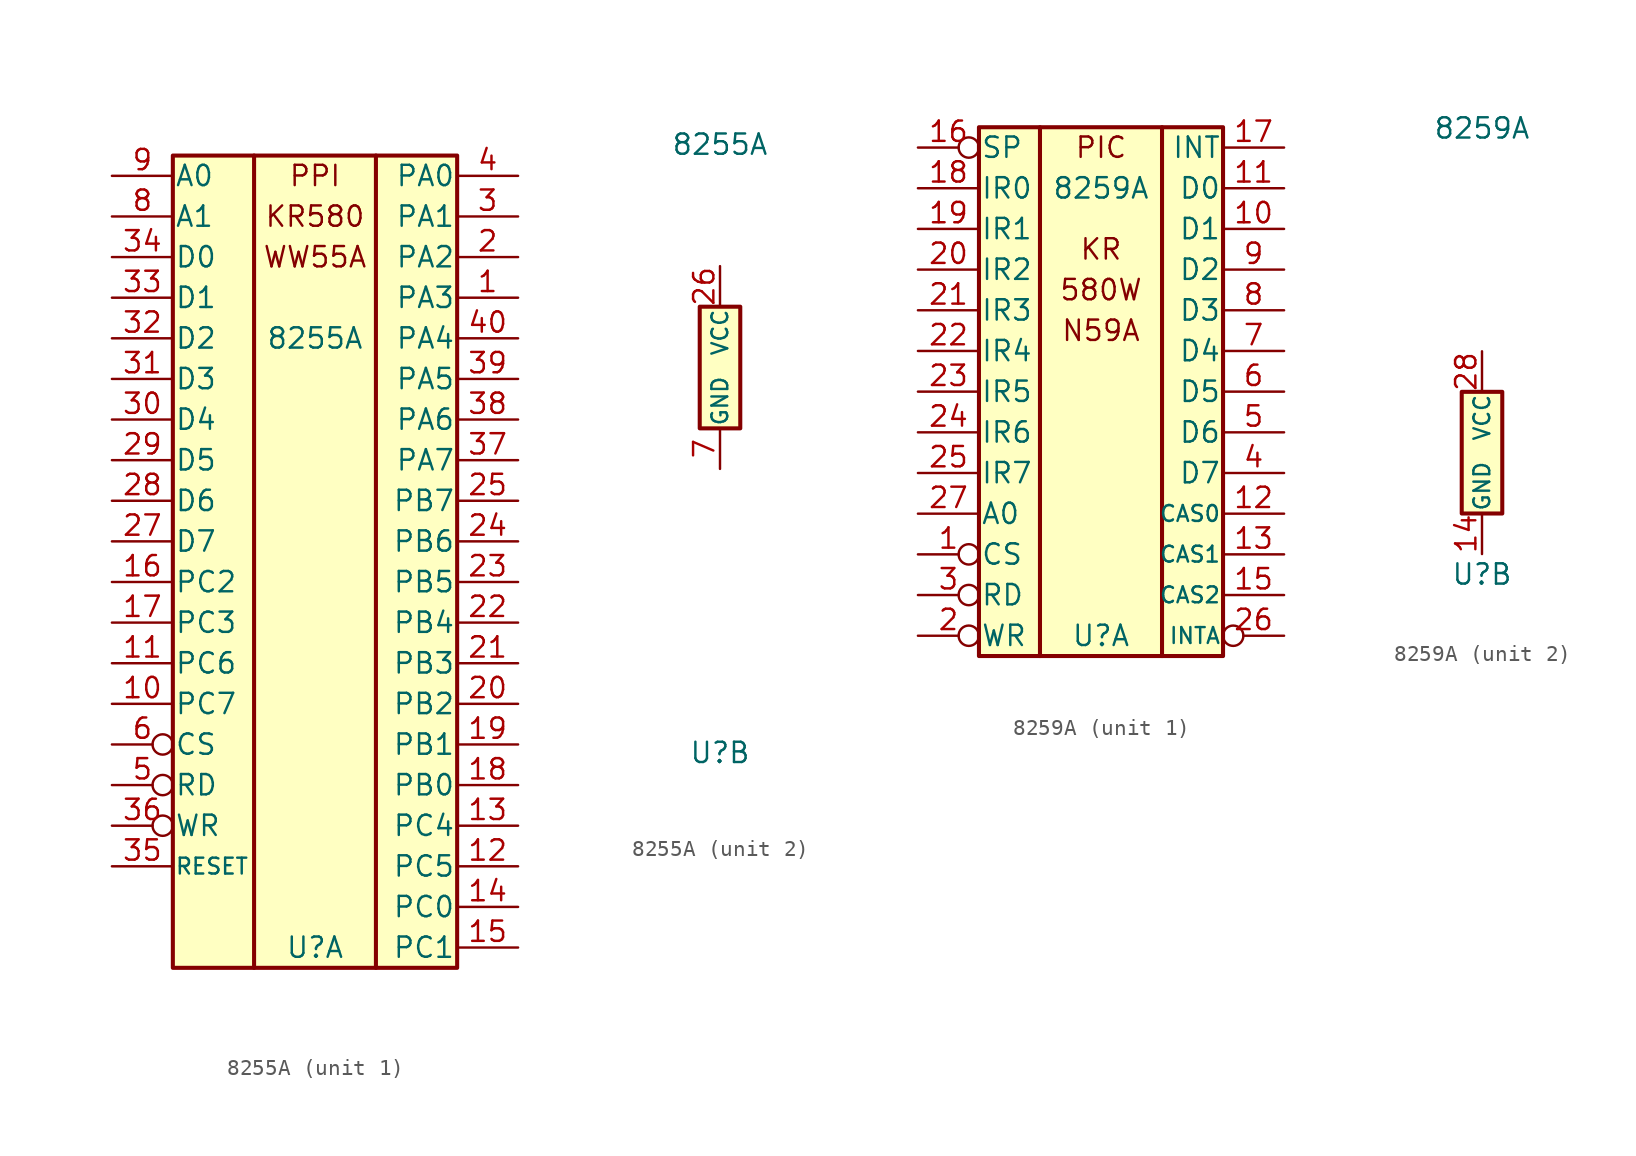
<source format=kicad_sym>
(kicad_symbol_lib
  (version 20241209)
  (generator "kicad_symbol_editor")
  (generator_version "9.0")
  (symbol "8255A"
    (pin_names
      (offset 0.102))
    (property "Reference" "U"
      (at 0 -24.13 0)
      (effects (font (size 1.27 1.27))))
    (property "Value" "8255A"
      (at 0 13.97 0)
      (effects (font (size 1.27 1.27))))
    (property "ki_locked" ""
      (at 0 0 0)
      (effects (font (size 1.27 1.27))))
    (symbol "8255A_1_0"
      (rectangle (start -3.81 25.4) (end -3.81 -25.4) (stroke (width 0.254) (type default)) (fill (type none)))
      (rectangle (start 3.81 25.4) (end 3.81 -25.4) (stroke (width 0.254) (type default)) (fill (type none)))
      (text "PPI" (at 0 24.13 0) (effects (font (size 1.27 1.27))))
      (text "KR580" (at 0 21.59 0) (effects (font (size 1.27 1.27))))
      (text "WW55A" (at 0 19.05 0) (effects (font (size 1.27 1.27)))))
    (symbol "8255A_1_1"
      (rectangle (start -8.89 -25.4) (end 8.89 25.4) (stroke (width 0.254) (type default)) (fill (type background)))
      (pin input line (at -12.7 24.13 0) (length 3.81) (name "A0" (effects (font (size 1.27 1.27)))) (number "9" (effects (font (size 1.27 1.27)))))
      (pin input line (at -12.7 21.59 0) (length 3.81) (name "A1" (effects (font (size 1.27 1.27)))) (number "8" (effects (font (size 1.27 1.27)))))
      (pin bidirectional line (at -12.7 19.05 0) (length 3.81) (name "D0" (effects (font (size 1.27 1.27)))) (number "34" (effects (font (size 1.27 1.27)))))
      (pin bidirectional line (at -12.7 16.51 0) (length 3.81) (name "D1" (effects (font (size 1.27 1.27)))) (number "33" (effects (font (size 1.27 1.27)))))
      (pin bidirectional line (at -12.7 13.97 0) (length 3.81) (name "D2" (effects (font (size 1.27 1.27)))) (number "32" (effects (font (size 1.27 1.27)))))
      (pin bidirectional line (at -12.7 11.43 0) (length 3.81) (name "D3" (effects (font (size 1.27 1.27)))) (number "31" (effects (font (size 1.27 1.27)))))
      (pin bidirectional line (at -12.7 8.89 0) (length 3.81) (name "D4" (effects (font (size 1.27 1.27)))) (number "30" (effects (font (size 1.27 1.27)))))
      (pin bidirectional line (at -12.7 6.35 0) (length 3.81) (name "D5" (effects (font (size 1.27 1.27)))) (number "29" (effects (font (size 1.27 1.27)))))
      (pin bidirectional line (at -12.7 3.81 0) (length 3.81) (name "D6" (effects (font (size 1.27 1.27)))) (number "28" (effects (font (size 1.27 1.27)))))
      (pin bidirectional line (at -12.7 1.27 0) (length 3.81) (name "D7" (effects (font (size 1.27 1.27)))) (number "27" (effects (font (size 1.27 1.27)))))
      (pin bidirectional line (at -12.7 -1.27 0) (length 3.81) (name "PC2" (effects (font (size 1.27 1.27)))) (number "16" (effects (font (size 1.27 1.27)))))
      (pin bidirectional line (at -12.7 -3.81 0) (length 3.81) (name "PC3" (effects (font (size 1.27 1.27)))) (number "17" (effects (font (size 1.27 1.27)))))
      (pin bidirectional line (at -12.7 -6.35 0) (length 3.81) (name "PC6" (effects (font (size 1.27 1.27)))) (number "11" (effects (font (size 1.27 1.27)))))
      (pin bidirectional line (at -12.7 -8.89 0) (length 3.81) (name "PC7" (effects (font (size 1.27 1.27)))) (number "10" (effects (font (size 1.27 1.27)))))
      (pin input inverted (at -12.7 -11.43 0) (length 3.81) (name "CS" (effects (font (size 1.27 1.27)))) (number "6" (effects (font (size 1.27 1.27)))))
      (pin input inverted (at -12.7 -13.97 0) (length 3.81) (name "RD" (effects (font (size 1.27 1.27)))) (number "5" (effects (font (size 1.27 1.27)))))
      (pin input inverted (at -12.7 -16.51 0) (length 3.81) (name "WR" (effects (font (size 1.27 1.27)))) (number "36" (effects (font (size 1.27 1.27)))))
      (pin input line (at -12.7 -19.05 0) (length 3.81) (name "RESET" (effects (font (size 0.991 0.991)))) (number "35" (effects (font (size 1.27 1.27)))))
      (pin bidirectional line (at 12.7 24.13 180) (length 3.81) (name "PA0" (effects (font (size 1.27 1.27)))) (number "4" (effects (font (size 1.27 1.27)))))
      (pin bidirectional line (at 12.7 21.59 180) (length 3.81) (name "PA1" (effects (font (size 1.27 1.27)))) (number "3" (effects (font (size 1.27 1.27)))))
      (pin bidirectional line (at 12.7 19.05 180) (length 3.81) (name "PA2" (effects (font (size 1.27 1.27)))) (number "2" (effects (font (size 1.27 1.27)))))
      (pin bidirectional line (at 12.7 16.51 180) (length 3.81) (name "PA3" (effects (font (size 1.27 1.27)))) (number "1" (effects (font (size 1.27 1.27)))))
      (pin bidirectional line (at 12.7 13.97 180) (length 3.81) (name "PA4" (effects (font (size 1.27 1.27)))) (number "40" (effects (font (size 1.27 1.27)))))
      (pin bidirectional line (at 12.7 11.43 180) (length 3.81) (name "PA5" (effects (font (size 1.27 1.27)))) (number "39" (effects (font (size 1.27 1.27)))))
      (pin bidirectional line (at 12.7 8.89 180) (length 3.81) (name "PA6" (effects (font (size 1.27 1.27)))) (number "38" (effects (font (size 1.27 1.27)))))
      (pin bidirectional line (at 12.7 6.35 180) (length 3.81) (name "PA7" (effects (font (size 1.27 1.27)))) (number "37" (effects (font (size 1.27 1.27)))))
      (pin bidirectional line (at 12.7 3.81 180) (length 3.81) (name "PB7" (effects (font (size 1.27 1.27)))) (number "25" (effects (font (size 1.27 1.27)))))
      (pin bidirectional line (at 12.7 1.27 180) (length 3.81) (name "PB6" (effects (font (size 1.27 1.27)))) (number "24" (effects (font (size 1.27 1.27)))))
      (pin bidirectional line (at 12.7 -1.27 180) (length 3.81) (name "PB5" (effects (font (size 1.27 1.27)))) (number "23" (effects (font (size 1.27 1.27)))))
      (pin bidirectional line (at 12.7 -3.81 180) (length 3.81) (name "PB4" (effects (font (size 1.27 1.27)))) (number "22" (effects (font (size 1.27 1.27)))))
      (pin bidirectional line (at 12.7 -6.35 180) (length 3.81) (name "PB3" (effects (font (size 1.27 1.27)))) (number "21" (effects (font (size 1.27 1.27)))))
      (pin bidirectional line (at 12.7 -8.89 180) (length 3.81) (name "PB2" (effects (font (size 1.27 1.27)))) (number "20" (effects (font (size 1.27 1.27)))))
      (pin bidirectional line (at 12.7 -11.43 180) (length 3.81) (name "PB1" (effects (font (size 1.27 1.27)))) (number "19" (effects (font (size 1.27 1.27)))))
      (pin bidirectional line (at 12.7 -13.97 180) (length 3.81) (name "PB0" (effects (font (size 1.27 1.27)))) (number "18" (effects (font (size 1.27 1.27)))))
      (pin bidirectional line (at 12.7 -16.51 180) (length 3.81) (name "PC4" (effects (font (size 1.27 1.27)))) (number "13" (effects (font (size 1.27 1.27)))))
      (pin bidirectional line (at 12.7 -19.05 180) (length 3.81) (name "PC5" (effects (font (size 1.27 1.27)))) (number "12" (effects (font (size 1.27 1.27)))))
      (pin bidirectional line (at 12.7 -21.59 180) (length 3.81) (name "PC0" (effects (font (size 1.27 1.27)))) (number "14" (effects (font (size 1.27 1.27)))))
      (pin bidirectional line (at 12.7 -24.13 180) (length 3.81) (name "PC1" (effects (font (size 1.27 1.27)))) (number "15" (effects (font (size 1.27 1.27))))))
    (symbol "8255A_2_1"
      (rectangle (start -1.27 -3.81) (end 1.27 3.81) (stroke (width 0.254) (type default)) (fill (type background)))
      (pin power_in line (at 0 6.35 270) (length 2.54) (name "VCC" (effects (font (size 0.991 0.991)))) (number "26" (effects (font (size 1.27 1.27)))))
      (pin power_in line (at 0 -6.35 90) (length 2.54) (name "GND" (effects (font (size 0.991 0.991)))) (number "7" (effects (font (size 1.27 1.27)))))))
  (symbol "8259A"
    (pin_names
      (offset 0.102))
    (property "Reference" "U"
      (at 0 -7.62 0)
      (effects (font (size 1.27 1.27))))
    (property "Value" "8259A"
      (at 0 20.32 0)
      (effects (font (size 1.27 1.27))))
    (property "ki_locked" ""
      (at 0 0 0)
      (effects (font (size 1.27 1.27))))
    (symbol "8259A_1_0"
      (rectangle (start -3.81 24.13) (end -3.81 -8.89) (stroke (width 0.254) (type default)) (fill (type none)))
      (rectangle (start 3.81 24.13) (end 3.81 -8.89) (stroke (width 0.254) (type default)) (fill (type none)))
      (text "PIC" (at 0 22.86 0) (effects (font (size 1.27 1.27))))
      (text "KR" (at 0 16.51 0) (effects (font (size 1.27 1.27))))
      (text "580W" (at 0 13.97 0) (effects (font (size 1.27 1.27))))
      (text "N59A" (at 0 11.43 0) (effects (font (size 1.27 1.27)))))
    (symbol "8259A_1_1"
      (rectangle (start -7.62 24.13) (end 7.62 -8.89) (stroke (width 0.254) (type default)) (fill (type background)))
      (pin bidirectional inverted (at -11.43 22.86 0) (length 3.81) (name "SP" (effects (font (size 1.27 1.27)))) (number "16" (effects (font (size 1.27 1.27)))))
      (pin input line (at -11.43 20.32 0) (length 3.81) (name "IR0" (effects (font (size 1.27 1.27)))) (number "18" (effects (font (size 1.27 1.27)))))
      (pin input line (at -11.43 17.78 0) (length 3.81) (name "IR1" (effects (font (size 1.27 1.27)))) (number "19" (effects (font (size 1.27 1.27)))))
      (pin input line (at -11.43 15.24 0) (length 3.81) (name "IR2" (effects (font (size 1.27 1.27)))) (number "20" (effects (font (size 1.27 1.27)))))
      (pin input line (at -11.43 12.7 0) (length 3.81) (name "IR3" (effects (font (size 1.27 1.27)))) (number "21" (effects (font (size 1.27 1.27)))))
      (pin input line (at -11.43 10.16 0) (length 3.81) (name "IR4" (effects (font (size 1.27 1.27)))) (number "22" (effects (font (size 1.27 1.27)))))
      (pin input line (at -11.43 7.62 0) (length 3.81) (name "IR5" (effects (font (size 1.27 1.27)))) (number "23" (effects (font (size 1.27 1.27)))))
      (pin input line (at -11.43 5.08 0) (length 3.81) (name "IR6" (effects (font (size 1.27 1.27)))) (number "24" (effects (font (size 1.27 1.27)))))
      (pin input line (at -11.43 2.54 0) (length 3.81) (name "IR7" (effects (font (size 1.27 1.27)))) (number "25" (effects (font (size 1.27 1.27)))))
      (pin input line (at -11.43 0 0) (length 3.81) (name "A0" (effects (font (size 1.27 1.27)))) (number "27" (effects (font (size 1.27 1.27)))))
      (pin input inverted (at -11.43 -2.54 0) (length 3.81) (name "CS" (effects (font (size 1.27 1.27)))) (number "1" (effects (font (size 1.27 1.27)))))
      (pin input inverted (at -11.43 -5.08 0) (length 3.81) (name "RD" (effects (font (size 1.27 1.27)))) (number "3" (effects (font (size 1.27 1.27)))))
      (pin input inverted (at -11.43 -7.62 0) (length 3.81) (name "WR" (effects (font (size 1.27 1.27)))) (number "2" (effects (font (size 1.27 1.27)))))
      (pin output line (at 11.43 22.86 180) (length 3.81) (name "INT" (effects (font (size 1.27 1.27)))) (number "17" (effects (font (size 1.27 1.27)))))
      (pin bidirectional line (at 11.43 20.32 180) (length 3.81) (name "D0" (effects (font (size 1.27 1.27)))) (number "11" (effects (font (size 1.27 1.27)))))
      (pin bidirectional line (at 11.43 17.78 180) (length 3.81) (name "D1" (effects (font (size 1.27 1.27)))) (number "10" (effects (font (size 1.27 1.27)))))
      (pin bidirectional line (at 11.43 15.24 180) (length 3.81) (name "D2" (effects (font (size 1.27 1.27)))) (number "9" (effects (font (size 1.27 1.27)))))
      (pin bidirectional line (at 11.43 12.7 180) (length 3.81) (name "D3" (effects (font (size 1.27 1.27)))) (number "8" (effects (font (size 1.27 1.27)))))
      (pin bidirectional line (at 11.43 10.16 180) (length 3.81) (name "D4" (effects (font (size 1.27 1.27)))) (number "7" (effects (font (size 1.27 1.27)))))
      (pin bidirectional line (at 11.43 7.62 180) (length 3.81) (name "D5" (effects (font (size 1.27 1.27)))) (number "6" (effects (font (size 1.27 1.27)))))
      (pin bidirectional line (at 11.43 5.08 180) (length 3.81) (name "D6" (effects (font (size 1.27 1.27)))) (number "5" (effects (font (size 1.27 1.27)))))
      (pin bidirectional line (at 11.43 2.54 180) (length 3.81) (name "D7" (effects (font (size 1.27 1.27)))) (number "4" (effects (font (size 1.27 1.27)))))
      (pin tri_state line (at 11.43 0 180) (length 3.81) (name "CAS0" (effects (font (size 0.991 0.991)))) (number "12" (effects (font (size 1.27 1.27)))))
      (pin tri_state line (at 11.43 -2.54 180) (length 3.81) (name "CAS1" (effects (font (size 0.991 0.991)))) (number "13" (effects (font (size 1.27 1.27)))))
      (pin tri_state line (at 11.43 -5.08 180) (length 3.81) (name "CAS2" (effects (font (size 0.991 0.991)))) (number "15" (effects (font (size 1.27 1.27)))))
      (pin input inverted (at 11.43 -7.62 180) (length 3.81) (name "INTA" (effects (font (size 0.991 0.991)))) (number "26" (effects (font (size 1.27 1.27))))))
    (symbol "8259A_2_1"
      (rectangle (start -1.27 3.81) (end 1.27 -3.81) (stroke (width 0.254) (type default)) (fill (type background)))
      (pin power_in line (at 0 6.35 270) (length 2.54) (name "VCC" (effects (font (size 0.991 0.991)))) (number "28" (effects (font (size 1.27 1.27)))))
      (pin power_in line (at 0 -6.35 90) (length 2.54) (name "GND" (effects (font (size 0.991 0.991)))) (number "14" (effects (font (size 1.27 1.27))))))))
</source>
